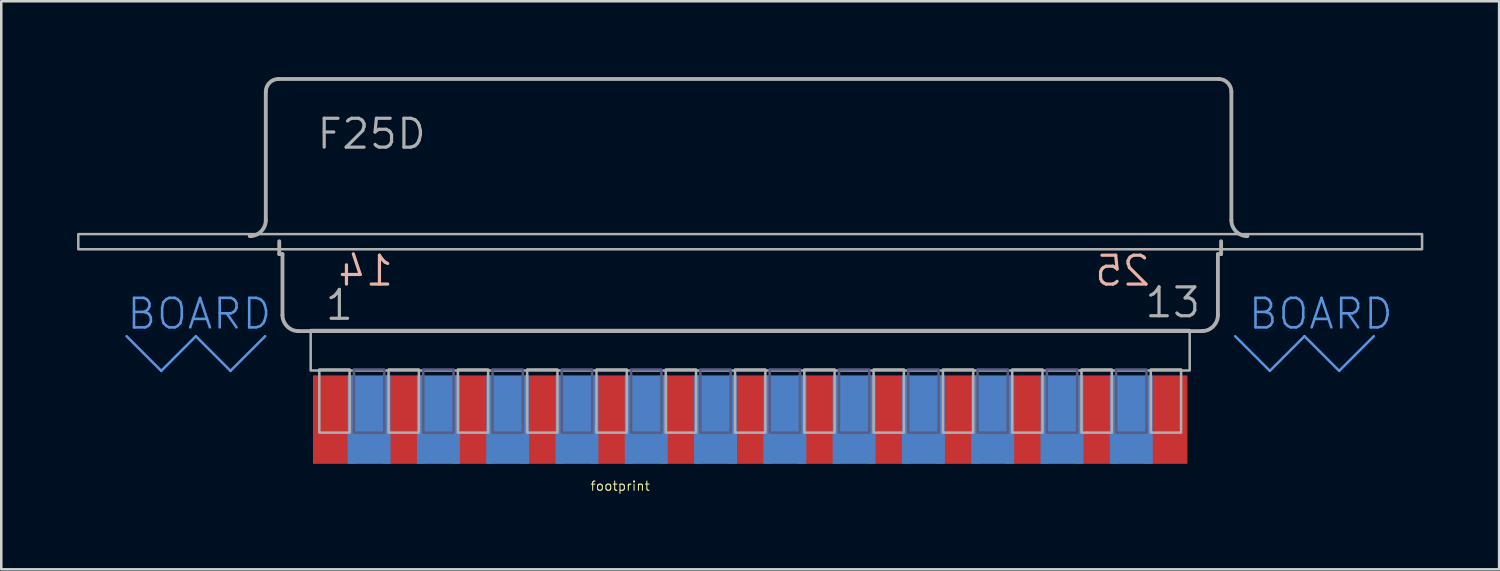
<source format=kicad_pcb>
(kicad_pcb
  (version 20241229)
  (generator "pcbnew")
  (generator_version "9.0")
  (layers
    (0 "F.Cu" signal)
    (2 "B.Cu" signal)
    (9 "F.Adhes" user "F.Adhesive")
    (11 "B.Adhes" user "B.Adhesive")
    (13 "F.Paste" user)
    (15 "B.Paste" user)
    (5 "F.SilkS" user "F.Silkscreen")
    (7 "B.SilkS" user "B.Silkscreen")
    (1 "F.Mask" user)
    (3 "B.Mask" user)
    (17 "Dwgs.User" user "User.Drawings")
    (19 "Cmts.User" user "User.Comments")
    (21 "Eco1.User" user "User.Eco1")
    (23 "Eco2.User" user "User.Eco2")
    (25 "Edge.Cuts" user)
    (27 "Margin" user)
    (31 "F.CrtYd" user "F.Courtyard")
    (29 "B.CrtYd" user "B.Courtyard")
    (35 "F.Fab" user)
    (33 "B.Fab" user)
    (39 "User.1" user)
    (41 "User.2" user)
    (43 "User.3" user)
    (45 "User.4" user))
  (footprint "footprint"
    (layer "F.Cu")
    (at 26.65 7.518)
    (property "Reference" "footprint" (at -6.35 8.89 0) (layer "F.SilkS") (effects (font (size 0.366 0.366) (thickness 0.041)) (justify left bottom)))
    (fp_line (start -24.689 2.743) (end -23.317 4.115) (stroke (width 0.1) (type solid)) (layer "Cmts.User"))
    (fp_line (start -23.317 4.115) (end -21.946 2.743) (stroke (width 0.1) (type solid)) (layer "Cmts.User"))
    (fp_line (start -21.946 2.743) (end -20.574 4.115) (stroke (width 0.1) (type solid)) (layer "Cmts.User"))
    (fp_line (start -20.574 4.115) (end -19.202 2.743) (stroke (width 0.1) (type solid)) (layer "Cmts.User"))
    (fp_line (start 19.202 2.743) (end 20.574 4.115) (stroke (width 0.1) (type solid)) (layer "Cmts.User"))
    (fp_line (start 20.574 4.115) (end 21.946 2.743) (stroke (width 0.1) (type solid)) (layer "Cmts.User"))
    (fp_line (start 21.946 2.743) (end 23.317 4.115) (stroke (width 0.1) (type solid)) (layer "Cmts.User"))
    (fp_line (start 23.317 4.115) (end 24.689 2.743) (stroke (width 0.1) (type solid)) (layer "Cmts.User"))
    (fp_poly (pts (xy -15.688 6.56) (xy -14.488 6.56) (xy -14.488 4.06) (xy -15.688 4.06)) (stroke (width 0.1) (type solid)) (fill no) (layer "B.Fab"))
    (fp_poly (pts (xy -12.944 6.56) (xy -11.744 6.56) (xy -11.744 4.06) (xy -12.944 4.06)) (stroke (width 0.1) (type solid)) (fill no) (layer "B.Fab"))
    (fp_poly (pts (xy -10.201 6.56) (xy -9.001 6.56) (xy -9.001 4.06) (xy -10.201 4.06)) (stroke (width 0.1) (type solid)) (fill no) (layer "B.Fab"))
    (fp_poly (pts (xy -7.458 6.56) (xy -6.258 6.56) (xy -6.258 4.06) (xy -7.458 4.06)) (stroke (width 0.1) (type solid)) (fill no) (layer "B.Fab"))
    (fp_poly (pts (xy -4.715 6.56) (xy -3.515 6.56) (xy -3.515 4.06) (xy -4.715 4.06)) (stroke (width 0.1) (type solid)) (fill no) (layer "B.Fab"))
    (fp_poly (pts (xy -1.972 6.56) (xy -0.772 6.56) (xy -0.772 4.06) (xy -1.972 4.06)) (stroke (width 0.1) (type solid)) (fill no) (layer "B.Fab"))
    (fp_poly (pts (xy 0.772 6.56) (xy 1.972 6.56) (xy 1.972 4.06) (xy 0.772 4.06)) (stroke (width 0.1) (type solid)) (fill no) (layer "B.Fab"))
    (fp_poly (pts (xy 3.515 6.56) (xy 4.715 6.56) (xy 4.715 4.06) (xy 3.515 4.06)) (stroke (width 0.1) (type solid)) (fill no) (layer "B.Fab"))
    (fp_poly (pts (xy 6.258 6.56) (xy 7.458 6.56) (xy 7.458 4.06) (xy 6.258 4.06)) (stroke (width 0.1) (type solid)) (fill no) (layer "B.Fab"))
    (fp_poly (pts (xy 9.001 6.56) (xy 10.201 6.56) (xy 10.201 4.06) (xy 9.001 4.06)) (stroke (width 0.1) (type solid)) (fill no) (layer "B.Fab"))
    (fp_poly (pts (xy 11.744 6.56) (xy 12.944 6.56) (xy 12.944 4.06) (xy 11.744 4.06)) (stroke (width 0.1) (type solid)) (fill no) (layer "B.Fab"))
    (fp_poly (pts (xy 14.488 6.56) (xy 15.688 6.56) (xy 15.688 4.06) (xy 14.488 4.06)) (stroke (width 0.1) (type solid)) (fill no) (layer "B.Fab"))
    (fp_line (start -19.177 -1.854) (end -19.177 -6.934) (stroke (width 0.152) (type solid)) (layer "F.Fab"))
    (fp_line (start -18.669 -7.442) (end 18.542 -7.442) (stroke (width 0.152) (type solid)) (layer "F.Fab"))
    (fp_line (start -18.644 -0.508) (end -18.644 -1.016) (stroke (width 0.152) (type solid)) (layer "F.Fab"))
    (fp_line (start -18.644 -0.508) (end -18.517 -0.508) (stroke (width 0.152) (type solid)) (layer "F.Fab"))
    (fp_line (start -18.517 1.905) (end -18.517 -0.508) (stroke (width 0.152) (type solid)) (layer "F.Fab"))
    (fp_line (start -17.901 2.54) (end 17.901 2.54) (stroke (width 0.152) (type solid)) (layer "F.Fab"))
    (fp_line (start 18.517 -0.508) (end 18.644 -0.508) (stroke (width 0.152) (type solid)) (layer "F.Fab"))
    (fp_line (start 18.517 1.905) (end 18.517 -0.508) (stroke (width 0.152) (type solid)) (layer "F.Fab"))
    (fp_line (start 18.644 -0.508) (end 18.644 -1.016) (stroke (width 0.152) (type solid)) (layer "F.Fab"))
    (fp_line (start 19.05 -1.854) (end 19.05 -6.934) (stroke (width 0.152) (type solid)) (layer "F.Fab"))
    (fp_arc (start -19.177 -6.9342) (mid -19.02821 -7.29341) (end -18.669 -7.4422) (stroke (width 0.1524) (type solid)) (layer "F.Fab"))
    (fp_arc (start -19.177 -1.8542) (mid -19.362987 -1.405187) (end -19.812 -1.2192) (stroke (width 0.1524) (type solid)) (layer "F.Fab"))
    (fp_arc (start -17.8816 2.54) (mid -18.330613 2.354013) (end -18.5166 1.905) (stroke (width 0.1524) (type solid)) (layer "F.Fab"))
    (fp_arc (start 18.5166 1.905) (mid 18.330613 2.354013) (end 17.8816 2.54) (stroke (width 0.1524) (type solid)) (layer "F.Fab"))
    (fp_arc (start 18.542 -7.4422) (mid 18.90121 -7.29341) (end 19.05 -6.9342) (stroke (width 0.1524) (type solid)) (layer "F.Fab"))
    (fp_arc (start 19.685 -1.2192) (mid 19.235987 -1.405187) (end 19.05 -1.8542) (stroke (width 0.1524) (type solid)) (layer "F.Fab"))
    (fp_poly (pts (xy -26.6 -0.7) (xy 26.6 -0.7) (xy 26.6 -1.3) (xy -26.6 -1.3)) (stroke (width 0.1) (type solid)) (fill no) (layer "F.Fab"))
    (fp_poly (pts (xy -17.4 4.1) (xy 17.4 4.1) (xy 17.4 2.5) (xy -17.4 2.5)) (stroke (width 0.1) (type solid)) (fill no) (layer "F.Fab"))
    (fp_poly (pts (xy -17.059 6.56) (xy -15.859 6.56) (xy -15.859 4.06) (xy -17.059 4.06)) (stroke (width 0.1) (type solid)) (fill no) (layer "F.Fab"))
    (fp_poly (pts (xy -14.316 6.56) (xy -13.116 6.56) (xy -13.116 4.06) (xy -14.316 4.06)) (stroke (width 0.1) (type solid)) (fill no) (layer "F.Fab"))
    (fp_poly (pts (xy -11.573 6.56) (xy -10.373 6.56) (xy -10.373 4.06) (xy -11.573 4.06)) (stroke (width 0.1) (type solid)) (fill no) (layer "F.Fab"))
    (fp_poly (pts (xy -8.83 6.56) (xy -7.63 6.56) (xy -7.63 4.06) (xy -8.83 4.06)) (stroke (width 0.1) (type solid)) (fill no) (layer "F.Fab"))
    (fp_poly (pts (xy -6.086 6.56) (xy -4.886 6.56) (xy -4.886 4.06) (xy -6.086 4.06)) (stroke (width 0.1) (type solid)) (fill no) (layer "F.Fab"))
    (fp_poly (pts (xy -3.343 6.56) (xy -2.143 6.56) (xy -2.143 4.06) (xy -3.343 4.06)) (stroke (width 0.1) (type solid)) (fill no) (layer "F.Fab"))
    (fp_poly (pts (xy -0.6 6.56) (xy 0.6 6.56) (xy 0.6 4.06) (xy -0.6 4.06)) (stroke (width 0.1) (type solid)) (fill no) (layer "F.Fab"))
    (fp_poly (pts (xy 2.143 6.56) (xy 3.343 6.56) (xy 3.343 4.06) (xy 2.143 4.06)) (stroke (width 0.1) (type solid)) (fill no) (layer "F.Fab"))
    (fp_poly (pts (xy 4.886 6.56) (xy 6.086 6.56) (xy 6.086 4.06) (xy 4.886 4.06)) (stroke (width 0.1) (type solid)) (fill no) (layer "F.Fab"))
    (fp_poly (pts (xy 7.63 6.56) (xy 8.83 6.56) (xy 8.83 4.06) (xy 7.63 4.06)) (stroke (width 0.1) (type solid)) (fill no) (layer "F.Fab"))
    (fp_poly (pts (xy 10.373 6.56) (xy 11.573 6.56) (xy 11.573 4.06) (xy 10.373 4.06)) (stroke (width 0.1) (type solid)) (fill no) (layer "F.Fab"))
    (fp_poly (pts (xy 13.116 6.56) (xy 14.316 6.56) (xy 14.316 4.06) (xy 13.116 4.06)) (stroke (width 0.1) (type solid)) (fill no) (layer "F.Fab"))
    (fp_poly (pts (xy 15.859 6.56) (xy 17.059 6.56) (xy 17.059 4.06) (xy 15.859 4.06)) (stroke (width 0.1) (type solid)) (fill no) (layer "F.Fab"))
    (fp_text user "14" (at -14.05 0.825 0) (layer "B.SilkS") (effects (font (size 1.143 1.143) (thickness 0.127)) (justify left bottom mirror)))
    (fp_text user "25" (at 15.915 0.825 0) (layer "B.SilkS") (effects (font (size 1.143 1.143) (thickness 0.127)) (justify left bottom mirror)))
    (fp_text user "BOARD " (at -24.74 2.54 0) (layer "Cmts.User") (effects (font (size 1.168 1.168) (thickness 0.102)) (justify left bottom)))
    (fp_text user "BOARD" (at 19.66 2.54 0) (layer "Cmts.User") (effects (font (size 1.168 1.168) (thickness 0.102)) (justify left bottom)))
    (fp_text user "F25D" (at -17.221 -4.597 0) (layer "F.Fab") (effects (font (size 1.143 1.143) (thickness 0.127)) (justify left bottom)))
    (fp_text user "13" (at 15.558 2.079 0) (layer "F.Fab") (effects (font (size 1.143 1.143) (thickness 0.127)) (justify left bottom)))
    (fp_text user "1" (at -16.893 2.179 0) (layer "F.Fab") (effects (font (size 1.143 1.143) (thickness 0.127)) (justify left bottom)))
    (pad "1" smd rect (at -16.459 6.045) (size 1.7 3.5) (layers "F.Cu" "F.Mask"))
    (pad "2" smd rect (at -13.716 6.045) (size 1.7 3.5) (layers "F.Cu" "F.Mask"))
    (pad "3" smd rect (at -10.973 6.045) (size 1.7 3.5) (layers "F.Cu" "F.Mask"))
    (pad "4" smd rect (at -8.23 6.045) (size 1.7 3.5) (layers "F.Cu" "F.Mask"))
    (pad "5" smd rect (at -5.486 6.045) (size 1.7 3.5) (layers "F.Cu" "F.Mask"))
    (pad "6" smd rect (at -2.743 6.045) (size 1.7 3.5) (layers "F.Cu" "F.Mask"))
    (pad "7" smd rect (at 0 6.045) (size 1.7 3.5) (layers "F.Cu" "F.Mask"))
    (pad "8" smd rect (at 2.743 6.045) (size 1.7 3.5) (layers "F.Cu" "F.Mask"))
    (pad "9" smd rect (at 5.486 6.045) (size 1.7 3.5) (layers "F.Cu" "F.Mask"))
    (pad "10" smd rect (at 8.23 6.045) (size 1.7 3.5) (layers "F.Cu" "F.Mask"))
    (pad "11" smd rect (at 10.973 6.045) (size 1.7 3.5) (layers "F.Cu" "F.Mask"))
    (pad "12" smd rect (at 13.716 6.045) (size 1.7 3.5) (layers "F.Cu" "F.Mask"))
    (pad "13" smd rect (at 16.459 6.045) (size 1.7 3.5) (layers "F.Cu" "F.Mask"))
    (pad "14" smd rect (at -15.088 6.045) (size 1.7 3.5) (layers "B.Cu" "B.Mask"))
    (pad "15" smd rect (at -12.344 6.045) (size 1.7 3.5) (layers "B.Cu" "B.Mask"))
    (pad "16" smd rect (at -9.601 6.045) (size 1.7 3.5) (layers "B.Cu" "B.Mask"))
    (pad "17" smd rect (at -6.858 6.045) (size 1.7 3.5) (layers "B.Cu" "B.Mask"))
    (pad "18" smd rect (at -4.115 6.045) (size 1.7 3.5) (layers "B.Cu" "B.Mask"))
    (pad "19" smd rect (at -1.372 6.045) (size 1.7 3.5) (layers "B.Cu" "B.Mask"))
    (pad "20" smd rect (at 1.372 6.045) (size 1.7 3.5) (layers "B.Cu" "B.Mask"))
    (pad "21" smd rect (at 4.115 6.045) (size 1.7 3.5) (layers "B.Cu" "B.Mask"))
    (pad "22" smd rect (at 6.858 6.045) (size 1.7 3.5) (layers "B.Cu" "B.Mask"))
    (pad "23" smd rect (at 9.601 6.045) (size 1.7 3.5) (layers "B.Cu" "B.Mask"))
    (pad "24" smd rect (at 12.344 6.045) (size 1.7 3.5) (layers "B.Cu" "B.Mask"))
    (pad "25" smd rect (at 15.088 6.045) (size 1.7 3.5) (layers "B.Cu" "B.Mask")))
  (gr_rect
    (start -3 -3)
    (end 56.3 19.491)
    (stroke (width 0.1) (type default))
    (fill no)
    (layer "Edge.Cuts")))
</source>
